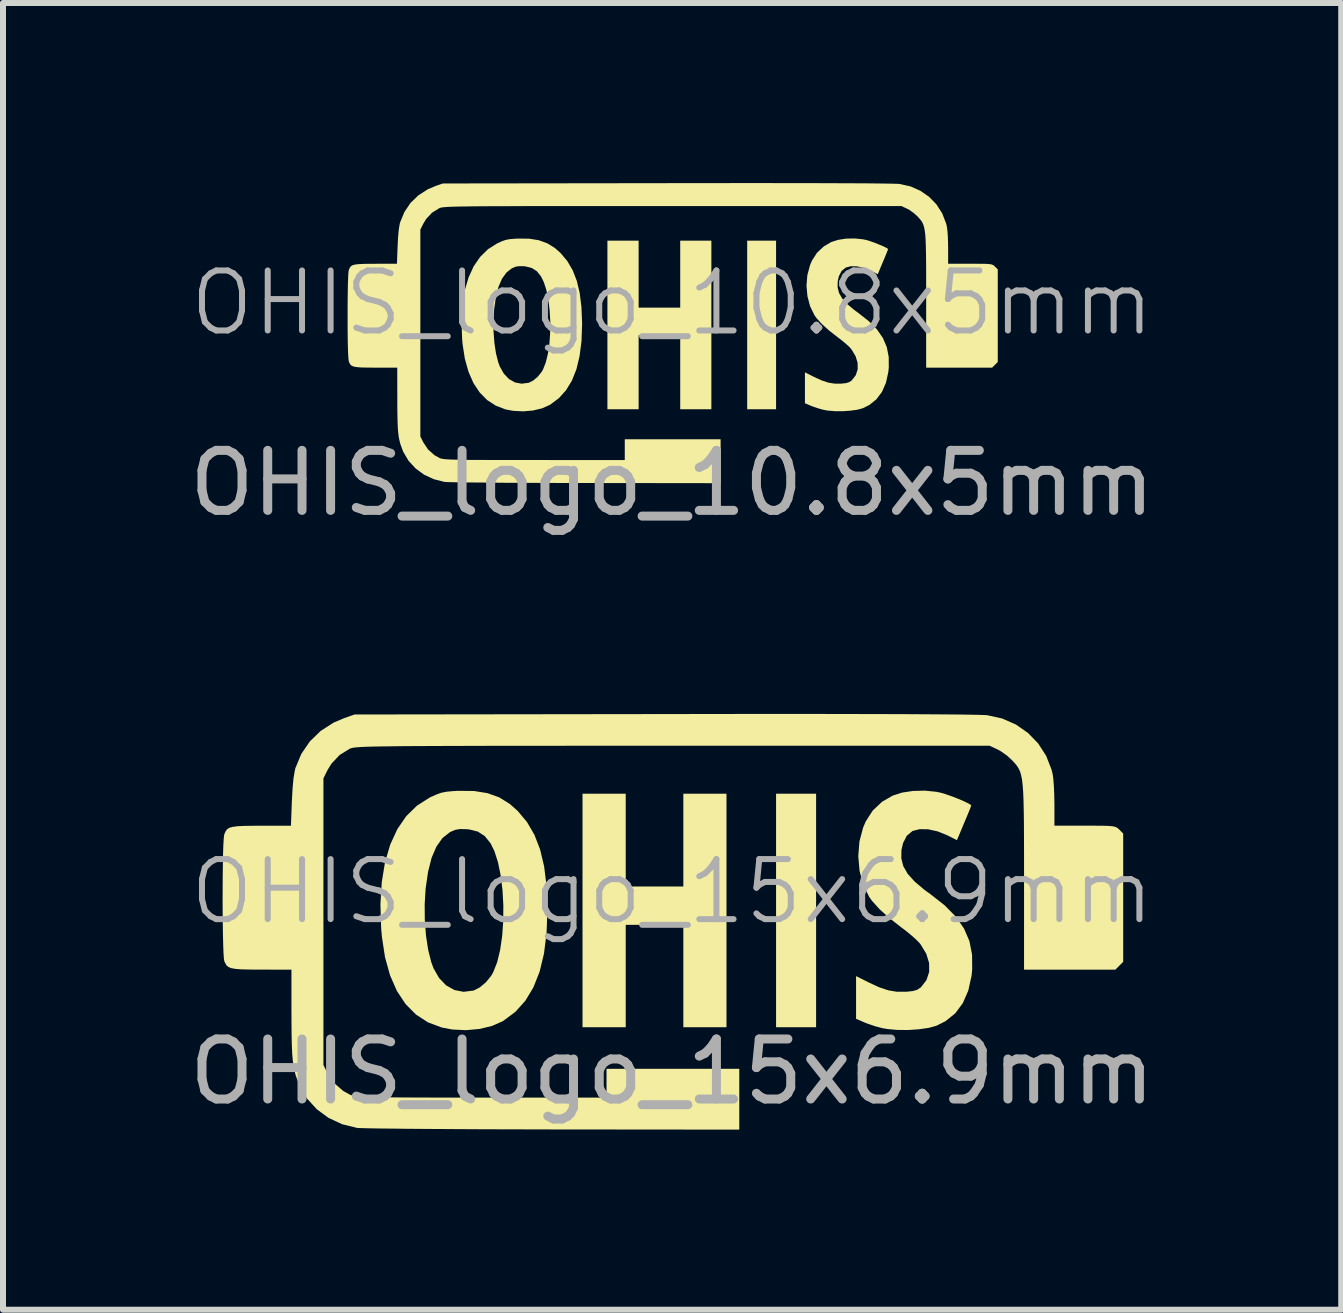
<source format=kicad_pcb>
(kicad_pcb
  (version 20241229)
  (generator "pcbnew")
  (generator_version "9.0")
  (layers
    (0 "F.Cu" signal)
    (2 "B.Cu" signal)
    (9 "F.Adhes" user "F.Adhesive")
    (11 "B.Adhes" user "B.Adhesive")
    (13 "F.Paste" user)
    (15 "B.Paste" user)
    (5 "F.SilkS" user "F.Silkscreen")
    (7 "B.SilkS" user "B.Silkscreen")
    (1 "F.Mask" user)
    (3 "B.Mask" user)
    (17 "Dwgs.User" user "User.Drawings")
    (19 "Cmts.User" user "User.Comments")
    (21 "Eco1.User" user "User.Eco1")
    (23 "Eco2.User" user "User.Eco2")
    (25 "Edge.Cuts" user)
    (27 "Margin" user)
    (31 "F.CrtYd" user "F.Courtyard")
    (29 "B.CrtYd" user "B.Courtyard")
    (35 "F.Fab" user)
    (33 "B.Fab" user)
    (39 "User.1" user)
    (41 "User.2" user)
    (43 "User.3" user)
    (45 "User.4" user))
  (footprint "OHIS_logo_15x6.9mm"
    (layer "F.Cu")
    (at 8.149 12.307)
    (property "Reference" "OHIS_logo_15x6.9mm" (at 0 -0.5 0) (unlocked yes) (layer "F.Fab") (effects (font (size 1 1) (thickness 0.1))))
    (attr smd)
    (fp_poly (pts (xy 2.399 -0.187) (xy 2.399 1.759) (xy 2.066 1.759) (xy 1.732 1.759) (xy 1.732 -0.187) (xy 1.732 -2.132) (xy 2.066 -2.132) (xy 2.399 -2.132)) (stroke (width 0) (type solid)) (fill yes) (layer "F.SilkS"))
    (fp_poly (pts (xy -0.773 -1.359) (xy -0.773 -0.586) (xy -0.293 -0.586) (xy 0.187 -0.586) (xy 0.187 -1.359) (xy 0.187 -2.132) (xy 0.546 -2.132) (xy 0.906 -2.132) (xy 0.906 -0.187) (xy 0.906 1.759) (xy 0.546 1.759) (xy 0.187 1.759) (xy 0.187 0.906) (xy 0.187 0.053) (xy -0.293 0.053) (xy -0.773 0.053) (xy -0.773 0.906) (xy -0.773 1.759) (xy -1.133 1.759) (xy -1.493 1.759) (xy -1.493 -0.187) (xy -1.493 -2.132) (xy -1.133 -2.132) (xy -0.773 -2.132)) (stroke (width 0) (type solid)) (fill yes) (layer "F.SilkS"))
    (fp_poly (pts (xy -3.299 -2.177) (xy -3.075 -2.141) (xy -2.879 -2.07) (xy -2.703 -1.96) (xy -2.573 -1.845) (xy -2.419 -1.661) (xy -2.295 -1.449) (xy -2.2 -1.204) (xy -2.133 -0.923) (xy -2.093 -0.602) (xy -2.078 -0.238) (xy -2.078 -0.2) (xy -2.092 0.188) (xy -2.135 0.532) (xy -2.208 0.834) (xy -2.312 1.096) (xy -2.446 1.318) (xy -2.611 1.502) (xy -2.808 1.649) (xy -2.827 1.661) (xy -3.003 1.738) (xy -3.211 1.788) (xy -3.435 1.808) (xy -3.662 1.797) (xy -3.838 1.764) (xy -4.068 1.678) (xy -4.269 1.547) (xy -4.442 1.372) (xy -4.586 1.154) (xy -4.7 0.894) (xy -4.784 0.592) (xy -4.836 0.25) (xy -4.848 0.111) (xy -4.86 -0.29) (xy -4.86 -0.29) (xy -4.123 -0.29) (xy -4.121 -0.025) (xy -4.101 0.232) (xy -4.065 0.468) (xy -4.014 0.672) (xy -3.977 0.774) (xy -3.883 0.939) (xy -3.765 1.062) (xy -3.628 1.139) (xy -3.474 1.169) (xy -3.31 1.148) (xy -3.306 1.147) (xy -3.205 1.096) (xy -3.102 1.009) (xy -3.014 0.901) (xy -2.983 0.847) (xy -2.916 0.679) (xy -2.866 0.474) (xy -2.832 0.241) (xy -2.814 -0.01) (xy -2.812 -0.268) (xy -2.826 -0.524) (xy -2.856 -0.767) (xy -2.901 -0.988) (xy -2.961 -1.176) (xy -3.026 -1.307) (xy -3.122 -1.426) (xy -3.237 -1.501) (xy -3.382 -1.537) (xy -3.428 -1.541) (xy -3.535 -1.543) (xy -3.614 -1.53) (xy -3.689 -1.498) (xy -3.704 -1.49) (xy -3.826 -1.394) (xy -3.926 -1.253) (xy -4.007 -1.066) (xy -4.066 -0.833) (xy -4.107 -0.552) (xy -4.123 -0.29) (xy -4.86 -0.29) (xy -4.838 -0.657) (xy -4.784 -0.989) (xy -4.697 -1.284) (xy -4.579 -1.541) (xy -4.43 -1.758) (xy -4.25 -1.934) (xy -4.041 -2.067) (xy -4.028 -2.074) (xy -3.929 -2.118) (xy -3.846 -2.148) (xy -3.76 -2.165) (xy -3.653 -2.175) (xy -3.56 -2.18)) (stroke (width 0) (type solid)) (fill yes) (layer "F.SilkS"))
    (fp_poly (pts (xy 4.401 -2.164) (xy 4.478 -2.148) (xy 4.565 -2.122) (xy 4.667 -2.086) (xy 4.772 -2.045) (xy 4.867 -2.004) (xy 4.94 -1.968) (xy 4.98 -1.943) (xy 4.984 -1.937) (xy 4.974 -1.908) (xy 4.949 -1.843) (xy 4.913 -1.756) (xy 4.907 -1.742) (xy 4.862 -1.635) (xy 4.819 -1.532) (xy 4.788 -1.458) (xy 4.746 -1.358) (xy 4.579 -1.442) (xy 4.422 -1.505) (xy 4.266 -1.539) (xy 4.124 -1.541) (xy 4.009 -1.512) (xy 4.003 -1.509) (xy 3.91 -1.431) (xy 3.848 -1.31) (xy 3.821 -1.193) (xy 3.819 -1.054) (xy 3.852 -0.924) (xy 3.925 -0.797) (xy 4.041 -0.668) (xy 4.203 -0.531) (xy 4.303 -0.459) (xy 4.54 -0.273) (xy 4.727 -0.083) (xy 4.864 0.115) (xy 4.954 0.325) (xy 4.998 0.551) (xy 5 0.798) (xy 4.989 0.903) (xy 4.935 1.148) (xy 4.844 1.357) (xy 4.717 1.528) (xy 4.554 1.659) (xy 4.402 1.735) (xy 4.275 1.77) (xy 4.114 1.793) (xy 3.934 1.805) (xy 3.753 1.804) (xy 3.587 1.789) (xy 3.502 1.774) (xy 3.385 1.743) (xy 3.263 1.702) (xy 3.202 1.678) (xy 3.065 1.619) (xy 3.065 1.263) (xy 3.065 0.907) (xy 3.272 1.011) (xy 3.449 1.093) (xy 3.602 1.144) (xy 3.746 1.168) (xy 3.896 1.168) (xy 3.904 1.168) (xy 4.011 1.156) (xy 4.084 1.135) (xy 4.141 1.097) (xy 4.147 1.092) (xy 4.238 0.974) (xy 4.283 0.838) (xy 4.282 0.689) (xy 4.235 0.535) (xy 4.142 0.381) (xy 4.115 0.348) (xy 4.059 0.292) (xy 3.974 0.217) (xy 3.874 0.137) (xy 3.825 0.1) (xy 3.621 -0.059) (xy 3.456 -0.208) (xy 3.334 -0.343) (xy 3.285 -0.41) (xy 3.184 -0.617) (xy 3.123 -0.848) (xy 3.102 -1.091) (xy 3.121 -1.335) (xy 3.182 -1.567) (xy 3.226 -1.67) (xy 3.343 -1.852) (xy 3.5 -1.999) (xy 3.673 -2.099) (xy 3.828 -2.15) (xy 4.013 -2.178) (xy 4.21 -2.183)) (stroke (width 0) (type solid)) (fill yes) (layer "F.SilkS"))
    (fp_poly (pts (xy 2.411 -3.461) (xy 2.925 -3.46) (xy 3.388 -3.459) (xy 3.801 -3.458) (xy 4.164 -3.456) (xy 4.476 -3.454) (xy 4.736 -3.452) (xy 4.944 -3.449) (xy 5.101 -3.446) (xy 5.204 -3.443) (xy 5.251 -3.44) (xy 5.5 -3.385) (xy 5.728 -3.285) (xy 5.929 -3.145) (xy 6.099 -2.97) (xy 6.232 -2.764) (xy 6.322 -2.534) (xy 6.341 -2.457) (xy 6.352 -2.376) (xy 6.361 -2.257) (xy 6.367 -2.116) (xy 6.37 -1.968) (xy 6.37 -1.958) (xy 6.37 -1.599) (xy 6.878 -1.599) (xy 7.054 -1.599) (xy 7.185 -1.598) (xy 7.278 -1.595) (xy 7.343 -1.589) (xy 7.385 -1.579) (xy 7.415 -1.565) (xy 7.438 -1.546) (xy 7.451 -1.534) (xy 7.516 -1.468) (xy 7.516 -0.4) (xy 7.516 0.669) (xy 7.451 0.734) (xy 7.385 0.8) (xy 6.624 0.8) (xy 5.864 0.8) (xy 5.864 -0.741) (xy 5.864 -1.087) (xy 5.863 -1.384) (xy 5.862 -1.636) (xy 5.859 -1.848) (xy 5.855 -2.024) (xy 5.849 -2.167) (xy 5.84 -2.283) (xy 5.829 -2.376) (xy 5.813 -2.45) (xy 5.795 -2.508) (xy 5.771 -2.557) (xy 5.744 -2.599) (xy 5.711 -2.639) (xy 5.672 -2.681) (xy 5.669 -2.685) (xy 5.582 -2.765) (xy 5.481 -2.837) (xy 5.424 -2.869) (xy 5.291 -2.931) (xy 0.013 -2.931) (xy -0.611 -2.931) (xy -1.184 -2.931) (xy -1.708 -2.931) (xy -2.186 -2.93) (xy -2.619 -2.93) (xy -3.01 -2.93) (xy -3.361 -2.929) (xy -3.674 -2.928) (xy -3.952 -2.927) (xy -4.197 -2.926) (xy -4.41 -2.925) (xy -4.595 -2.923) (xy -4.754 -2.921) (xy -4.888 -2.919) (xy -5 -2.917) (xy -5.092 -2.914) (xy -5.166 -2.911) (xy -5.225 -2.907) (xy -5.271 -2.904) (xy -5.306 -2.899) (xy -5.332 -2.895) (xy -5.351 -2.889) (xy -5.367 -2.884) (xy -5.372 -2.881) (xy -5.54 -2.777) (xy -5.676 -2.633) (xy -5.742 -2.526) (xy -5.81 -2.388) (xy -5.81 0) (xy -5.81 2.388) (xy -5.742 2.526) (xy -5.632 2.689) (xy -5.483 2.819) (xy -5.372 2.881) (xy -5.35 2.89) (xy -5.324 2.898) (xy -5.289 2.905) (xy -5.244 2.911) (xy -5.183 2.916) (xy -5.103 2.92) (xy -5.001 2.923) (xy -4.872 2.925) (xy -4.714 2.927) (xy -4.522 2.929) (xy -4.294 2.93) (xy -4.024 2.931) (xy -3.71 2.931) (xy -3.348 2.931) (xy -3.178 2.931) (xy -1.093 2.932) (xy -1.093 2.692) (xy -1.093 2.452) (xy 0.013 2.452) (xy 1.119 2.452) (xy 1.119 2.959) (xy 1.119 3.465) (xy -1.992 3.462) (xy -2.398 3.461) (xy -2.791 3.46) (xy -3.167 3.459) (xy -3.524 3.457) (xy -3.857 3.455) (xy -4.163 3.453) (xy -4.438 3.451) (xy -4.68 3.448) (xy -4.884 3.446) (xy -5.046 3.443) (xy -5.165 3.44) (xy -5.235 3.438) (xy -5.251 3.436) (xy -5.499 3.375) (xy -5.724 3.27) (xy -5.92 3.126) (xy -6.083 2.948) (xy -6.207 2.74) (xy -6.273 2.559) (xy -6.293 2.479) (xy -6.308 2.398) (xy -6.321 2.308) (xy -6.33 2.201) (xy -6.336 2.071) (xy -6.34 1.91) (xy -6.342 1.71) (xy -6.343 1.464) (xy -6.343 1.459) (xy -6.343 0.8) (xy -6.843 0.799) (xy -7.031 0.798) (xy -7.173 0.795) (xy -7.276 0.787) (xy -7.348 0.774) (xy -7.396 0.754) (xy -7.428 0.724) (xy -7.45 0.684) (xy -7.462 0.656) (xy -7.469 0.61) (xy -7.475 0.518) (xy -7.48 0.387) (xy -7.484 0.226) (xy -7.487 0.041) (xy -7.489 -0.16) (xy -7.49 -0.369) (xy -7.489 -0.579) (xy -7.488 -0.783) (xy -7.485 -0.974) (xy -7.482 -1.142) (xy -7.477 -1.283) (xy -7.471 -1.387) (xy -7.464 -1.447) (xy -7.462 -1.455) (xy -7.441 -1.503) (xy -7.416 -1.538) (xy -7.378 -1.564) (xy -7.32 -1.58) (xy -7.235 -1.591) (xy -7.115 -1.596) (xy -6.953 -1.598) (xy -6.847 -1.598) (xy -6.351 -1.599) (xy -6.336 -2.006) (xy -6.324 -2.22) (xy -6.308 -2.394) (xy -6.286 -2.522) (xy -6.277 -2.559) (xy -6.178 -2.796) (xy -6.036 -3.004) (xy -5.855 -3.179) (xy -5.638 -3.318) (xy -5.457 -3.394) (xy -5.291 -3.452) (xy -0.133 -3.459) (xy 0.576 -3.46) (xy 1.236 -3.461) (xy 1.848 -3.461)) (stroke (width 0) (type solid)) (fill yes) (layer "F.SilkS"))
    (fp_text user "${REFERENCE}" (at 0 2.5 0) (unlocked yes) (layer "F.Fab") (effects (font (size 1 1) (thickness 0.15)))))
  (footprint "OHIS_logo_10.8x5mm"
    (layer "F.Cu")
    (at 8.149 2.499)
    (property "Reference" "OHIS_logo_10.8x5mm" (at 0 -0.5 0) (unlocked yes) (layer "F.Fab") (effects (font (size 1 1) (thickness 0.1))))
    (attr smd)
    (fp_poly (pts (xy 1.732 -0.135) (xy 1.732 1.27) (xy 1.491 1.27) (xy 1.251 1.27) (xy 1.251 -0.135) (xy 1.251 -1.539) (xy 1.491 -1.539) (xy 1.732 -1.539)) (stroke (width 0) (type solid)) (fill yes) (layer "F.SilkS"))
    (fp_poly (pts (xy -0.558 -0.981) (xy -0.558 -0.423) (xy -0.212 -0.423) (xy 0.135 -0.423) (xy 0.135 -0.981) (xy 0.135 -1.539) (xy 0.394 -1.539) (xy 0.654 -1.539) (xy 0.654 -0.135) (xy 0.654 1.27) (xy 0.394 1.27) (xy 0.135 1.27) (xy 0.135 0.654) (xy 0.135 0.038) (xy -0.212 0.038) (xy -0.558 0.038) (xy -0.558 0.654) (xy -0.558 1.27) (xy -0.818 1.27) (xy -1.078 1.27) (xy -1.078 -0.135) (xy -1.078 -1.539) (xy -0.818 -1.539) (xy -0.558 -1.539)) (stroke (width 0) (type solid)) (fill yes) (layer "F.SilkS"))
    (fp_poly (pts (xy -2.382 -1.572) (xy -2.22 -1.546) (xy -2.078 -1.494) (xy -1.951 -1.415) (xy -1.858 -1.332) (xy -1.747 -1.2) (xy -1.657 -1.046) (xy -1.588 -0.869) (xy -1.54 -0.666) (xy -1.511 -0.435) (xy -1.5 -0.172) (xy -1.5 -0.144) (xy -1.51 0.136) (xy -1.542 0.384) (xy -1.594 0.602) (xy -1.669 0.791) (xy -1.766 0.951) (xy -1.885 1.084) (xy -2.028 1.191) (xy -2.041 1.199) (xy -2.168 1.255) (xy -2.318 1.291) (xy -2.48 1.305) (xy -2.644 1.297) (xy -2.771 1.274) (xy -2.937 1.211) (xy -3.082 1.117) (xy -3.207 0.99) (xy -3.311 0.833) (xy -3.393 0.645) (xy -3.454 0.427) (xy -3.492 0.181) (xy -3.5 0.08) (xy -3.509 -0.209) (xy -3.509 -0.21) (xy -2.977 -0.21) (xy -2.975 -0.018) (xy -2.961 0.168) (xy -2.935 0.338) (xy -2.898 0.485) (xy -2.871 0.559) (xy -2.803 0.678) (xy -2.718 0.767) (xy -2.619 0.823) (xy -2.508 0.844) (xy -2.39 0.829) (xy -2.387 0.828) (xy -2.314 0.791) (xy -2.24 0.729) (xy -2.176 0.65) (xy -2.153 0.612) (xy -2.105 0.49) (xy -2.069 0.342) (xy -2.044 0.174) (xy -2.032 -0.007) (xy -2.03 -0.193) (xy -2.041 -0.378) (xy -2.062 -0.554) (xy -2.094 -0.713) (xy -2.138 -0.849) (xy -2.185 -0.944) (xy -2.254 -1.03) (xy -2.337 -1.083) (xy -2.442 -1.11) (xy -2.475 -1.113) (xy -2.552 -1.114) (xy -2.609 -1.105) (xy -2.663 -1.081) (xy -2.674 -1.076) (xy -2.762 -1.006) (xy -2.835 -0.904) (xy -2.893 -0.77) (xy -2.936 -0.601) (xy -2.965 -0.399) (xy -2.977 -0.21) (xy -3.509 -0.21) (xy -3.493 -0.474) (xy -3.454 -0.714) (xy -3.391 -0.927) (xy -3.306 -1.113) (xy -3.198 -1.269) (xy -3.069 -1.396) (xy -2.918 -1.492) (xy -2.908 -1.497) (xy -2.837 -1.529) (xy -2.777 -1.55) (xy -2.715 -1.563) (xy -2.637 -1.57) (xy -2.57 -1.574)) (stroke (width 0) (type solid)) (fill yes) (layer "F.SilkS"))
    (fp_poly (pts (xy 3.177 -1.562) (xy 3.233 -1.551) (xy 3.296 -1.532) (xy 3.37 -1.506) (xy 3.445 -1.476) (xy 3.514 -1.447) (xy 3.567 -1.421) (xy 3.596 -1.403) (xy 3.598 -1.398) (xy 3.591 -1.377) (xy 3.573 -1.331) (xy 3.547 -1.268) (xy 3.543 -1.258) (xy 3.51 -1.18) (xy 3.479 -1.106) (xy 3.457 -1.053) (xy 3.427 -0.98) (xy 3.306 -1.041) (xy 3.192 -1.087) (xy 3.08 -1.111) (xy 2.977 -1.113) (xy 2.894 -1.091) (xy 2.89 -1.089) (xy 2.823 -1.033) (xy 2.778 -0.946) (xy 2.759 -0.861) (xy 2.757 -0.761) (xy 2.781 -0.667) (xy 2.834 -0.575) (xy 2.918 -0.482) (xy 3.035 -0.384) (xy 3.106 -0.332) (xy 3.278 -0.197) (xy 3.413 -0.06) (xy 3.512 0.083) (xy 3.577 0.235) (xy 3.609 0.398) (xy 3.61 0.576) (xy 3.602 0.652) (xy 3.563 0.829) (xy 3.497 0.98) (xy 3.405 1.103) (xy 3.288 1.198) (xy 3.178 1.253) (xy 3.087 1.278) (xy 2.97 1.294) (xy 2.84 1.303) (xy 2.709 1.302) (xy 2.59 1.292) (xy 2.529 1.281) (xy 2.444 1.258) (xy 2.356 1.229) (xy 2.312 1.212) (xy 2.213 1.169) (xy 2.213 0.912) (xy 2.213 0.655) (xy 2.362 0.73) (xy 2.49 0.789) (xy 2.601 0.826) (xy 2.704 0.843) (xy 2.813 0.844) (xy 2.818 0.843) (xy 2.896 0.835) (xy 2.949 0.819) (xy 2.989 0.792) (xy 2.994 0.788) (xy 3.06 0.703) (xy 3.092 0.605) (xy 3.091 0.497) (xy 3.057 0.386) (xy 2.99 0.275) (xy 2.971 0.251) (xy 2.931 0.211) (xy 2.869 0.157) (xy 2.797 0.099) (xy 2.761 0.072) (xy 2.614 -0.043) (xy 2.495 -0.15) (xy 2.407 -0.247) (xy 2.372 -0.296) (xy 2.299 -0.446) (xy 2.255 -0.612) (xy 2.239 -0.788) (xy 2.253 -0.964) (xy 2.298 -1.131) (xy 2.329 -1.205) (xy 2.414 -1.337) (xy 2.527 -1.443) (xy 2.651 -1.516) (xy 2.763 -1.552) (xy 2.897 -1.573) (xy 3.04 -1.576)) (stroke (width 0) (type solid)) (fill yes) (layer "F.SilkS"))
    (fp_poly (pts (xy 1.741 -2.498) (xy 2.111 -2.498) (xy 2.446 -2.497) (xy 2.745 -2.496) (xy 3.006 -2.495) (xy 3.231 -2.494) (xy 3.419 -2.492) (xy 3.57 -2.49) (xy 3.682 -2.488) (xy 3.757 -2.486) (xy 3.791 -2.483) (xy 3.97 -2.444) (xy 4.135 -2.371) (xy 4.281 -2.27) (xy 4.404 -2.144) (xy 4.499 -1.996) (xy 4.564 -1.83) (xy 4.578 -1.774) (xy 4.586 -1.715) (xy 4.593 -1.63) (xy 4.597 -1.528) (xy 4.599 -1.421) (xy 4.599 -1.413) (xy 4.599 -1.155) (xy 4.965 -1.155) (xy 5.093 -1.154) (xy 5.187 -1.154) (xy 5.255 -1.151) (xy 5.301 -1.147) (xy 5.332 -1.14) (xy 5.353 -1.13) (xy 5.37 -1.116) (xy 5.379 -1.107) (xy 5.426 -1.06) (xy 5.426 -0.289) (xy 5.426 0.483) (xy 5.379 0.53) (xy 5.332 0.577) (xy 4.783 0.577) (xy 4.233 0.577) (xy 4.233 -0.535) (xy 4.233 -0.785) (xy 4.233 -0.999) (xy 4.232 -1.181) (xy 4.23 -1.334) (xy 4.227 -1.461) (xy 4.223 -1.565) (xy 4.217 -1.648) (xy 4.208 -1.715) (xy 4.197 -1.768) (xy 4.184 -1.811) (xy 4.167 -1.846) (xy 4.147 -1.876) (xy 4.123 -1.905) (xy 4.095 -1.936) (xy 4.093 -1.939) (xy 4.03 -1.996) (xy 3.957 -2.049) (xy 3.916 -2.071) (xy 3.82 -2.116) (xy 0.01 -2.116) (xy -0.441 -2.116) (xy -0.855 -2.116) (xy -1.233 -2.116) (xy -1.578 -2.116) (xy -1.891 -2.115) (xy -2.173 -2.115) (xy -2.426 -2.115) (xy -2.653 -2.114) (xy -2.853 -2.113) (xy -3.03 -2.113) (xy -3.184 -2.112) (xy -3.318 -2.111) (xy -3.432 -2.109) (xy -3.529 -2.108) (xy -3.61 -2.106) (xy -3.676 -2.104) (xy -3.73 -2.102) (xy -3.772 -2.099) (xy -3.805 -2.096) (xy -3.83 -2.093) (xy -3.849 -2.09) (xy -3.864 -2.086) (xy -3.875 -2.082) (xy -3.879 -2.08) (xy -4 -2.005) (xy -4.098 -1.901) (xy -4.145 -1.823) (xy -4.195 -1.724) (xy -4.195 0) (xy -4.195 1.724) (xy -4.145 1.823) (xy -4.066 1.941) (xy -3.959 2.036) (xy -3.879 2.08) (xy -3.863 2.087) (xy -3.844 2.093) (xy -3.819 2.097) (xy -3.786 2.102) (xy -3.742 2.105) (xy -3.684 2.108) (xy -3.61 2.11) (xy -3.518 2.112) (xy -3.403 2.114) (xy -3.265 2.115) (xy -3.1 2.115) (xy -2.905 2.116) (xy -2.679 2.116) (xy -2.417 2.116) (xy -2.295 2.116) (xy -0.789 2.117) (xy -0.789 1.943) (xy -0.789 1.77) (xy 0.01 1.77) (xy 0.808 1.77) (xy 0.808 2.136) (xy 0.808 2.502) (xy -1.438 2.499) (xy -1.731 2.499) (xy -2.015 2.498) (xy -2.287 2.497) (xy -2.544 2.496) (xy -2.784 2.495) (xy -3.005 2.493) (xy -3.204 2.491) (xy -3.379 2.49) (xy -3.526 2.488) (xy -3.643 2.486) (xy -3.729 2.484) (xy -3.779 2.482) (xy -3.791 2.481) (xy -3.97 2.436) (xy -4.132 2.361) (xy -4.274 2.257) (xy -4.392 2.128) (xy -4.481 1.978) (xy -4.529 1.847) (xy -4.543 1.79) (xy -4.555 1.731) (xy -4.563 1.666) (xy -4.57 1.589) (xy -4.574 1.495) (xy -4.577 1.379) (xy -4.579 1.235) (xy -4.579 1.057) (xy -4.579 1.054) (xy -4.58 0.577) (xy -4.94 0.577) (xy -5.076 0.576) (xy -5.179 0.574) (xy -5.253 0.568) (xy -5.305 0.559) (xy -5.34 0.544) (xy -5.363 0.523) (xy -5.379 0.494) (xy -5.387 0.473) (xy -5.392 0.44) (xy -5.397 0.374) (xy -5.401 0.28) (xy -5.404 0.163) (xy -5.406 0.03) (xy -5.407 -0.115) (xy -5.407 -0.266) (xy -5.407 -0.418) (xy -5.406 -0.566) (xy -5.404 -0.703) (xy -5.402 -0.825) (xy -5.398 -0.926) (xy -5.394 -1.001) (xy -5.389 -1.045) (xy -5.387 -1.051) (xy -5.372 -1.085) (xy -5.354 -1.111) (xy -5.326 -1.129) (xy -5.285 -1.141) (xy -5.223 -1.148) (xy -5.137 -1.152) (xy -5.02 -1.154) (xy -4.943 -1.154) (xy -4.585 -1.155) (xy -4.574 -1.448) (xy -4.566 -1.602) (xy -4.554 -1.728) (xy -4.538 -1.821) (xy -4.531 -1.847) (xy -4.46 -2.018) (xy -4.358 -2.169) (xy -4.227 -2.295) (xy -4.071 -2.395) (xy -3.94 -2.451) (xy -3.82 -2.492) (xy -0.096 -2.497) (xy 0.416 -2.498) (xy 0.893 -2.498) (xy 1.334 -2.499)) (stroke (width 0) (type solid)) (fill yes) (layer "F.SilkS"))
    (fp_text user "${REFERENCE}" (at 0 2.5 0) (unlocked yes) (layer "F.Fab") (effects (font (size 1 1) (thickness 0.15)))))
  (gr_rect
    (start -3 -3)
    (end 19.298 18.773)
    (stroke (width 0.1) (type default))
    (fill no)
    (layer "Edge.Cuts")))
</source>
